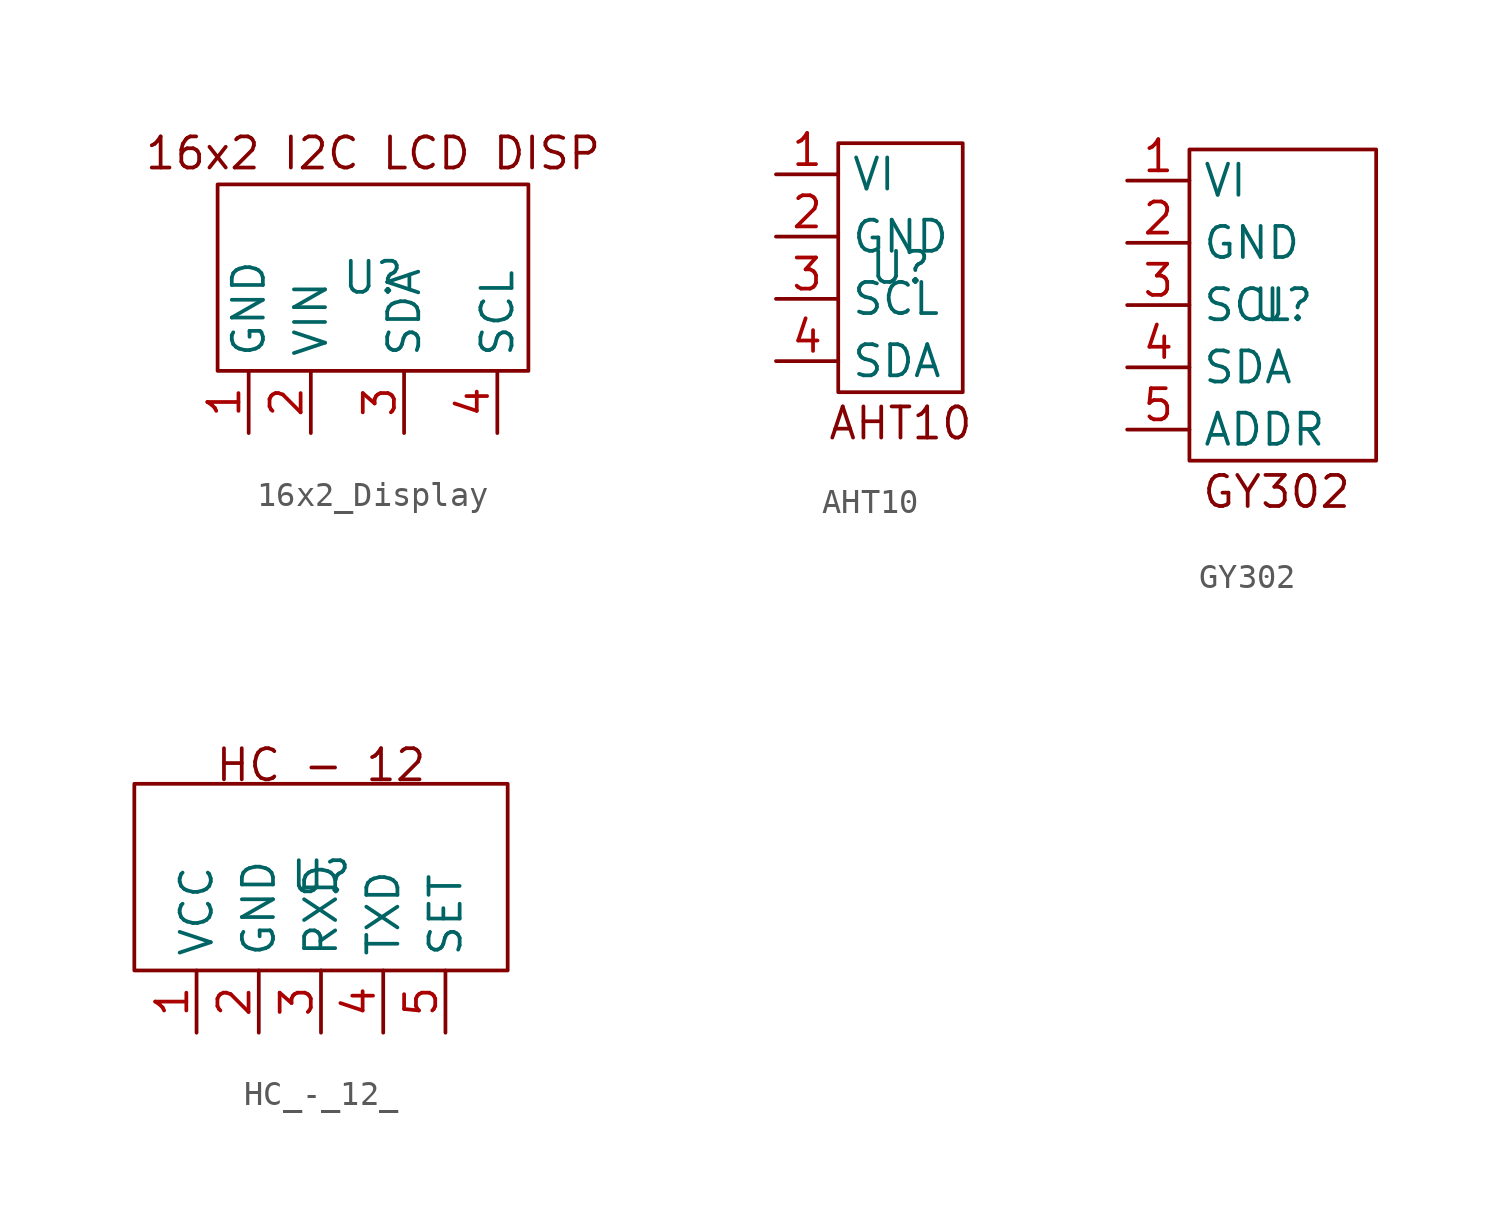
<source format=kicad_sym>
(kicad_symbol_lib
  (version 20241209)
  (generator "kicad_symbol_editor")
  (generator_version "9.0")
  (symbol "16x2_Display"
    (property "Reference" "U"
      (at 0 0 0)
      (effects (font (size 1.27 1.27))))
    (property "Value" ""
      (at 0 0 0)
      (effects (font (size 1.27 1.27))))
    (symbol "16x2_Display_0_1"
      (rectangle (start -6.35 3.81) (end 6.35 -3.81) (stroke (width 0) (type default)) (fill (type none))))
    (symbol "16x2_Display_1_1"
      (text "16x2 I2C LCD DISP\n" (at 0 5.08 0) (effects (font (size 1.27 1.27))))
      (pin power_in line (at -5.08 -6.35 90) (length 2.54) (name "GND" (effects (font (size 1.27 1.27)))) (number "1" (effects (font (size 1.27 1.27)))))
      (pin power_in line (at -2.54 -6.35 90) (length 2.54) (name "VIN" (effects (font (size 1.27 1.27)))) (number "2" (effects (font (size 1.27 1.27)))))
      (pin bidirectional line (at 1.27 -6.35 90) (length 2.54) (name "SDA" (effects (font (size 1.27 1.27)))) (number "3" (effects (font (size 1.27 1.27)))))
      (pin bidirectional line (at 5.08 -6.35 90) (length 2.54) (name "SCL" (effects (font (size 1.27 1.27)))) (number "4" (effects (font (size 1.27 1.27)))))))
  (symbol "AHT10"
    (property "Reference" "U"
      (at 0 0 0)
      (effects (font (size 1.27 1.27))))
    (property "Value" ""
      (at 0 0 0)
      (effects (font (size 1.27 1.27))))
    (symbol "AHT10_0_1"
      (rectangle (start -2.54 5.08) (end 2.54 -5.08) (stroke (width 0) (type default)) (fill (type none))))
    (symbol "AHT10_1_1"
      (text "AHT10" (at 0 -6.35 0) (effects (font (size 1.27 1.27))))
      (pin power_in line (at -5.08 3.81 0) (length 2.54) (name "VI" (effects (font (size 1.27 1.27)))) (number "1" (effects (font (size 1.27 1.27)))))
      (pin power_in line (at -5.08 1.27 0) (length 2.54) (name "GND" (effects (font (size 1.27 1.27)))) (number "2" (effects (font (size 1.27 1.27)))))
      (pin bidirectional line (at -5.08 -1.27 0) (length 2.54) (name "SCL" (effects (font (size 1.27 1.27)))) (number "3" (effects (font (size 1.27 1.27)))))
      (pin bidirectional line (at -5.08 -3.81 0) (length 2.54) (name "SDA" (effects (font (size 1.27 1.27)))) (number "4" (effects (font (size 1.27 1.27)))))))
  (symbol "GY302"
    (property "Reference" "U"
      (at 0 0 0)
      (effects (font (size 1.27 1.27))))
    (property "Value" ""
      (at 0 0 0)
      (effects (font (size 1.27 1.27))))
    (symbol "GY302_0_1"
      (rectangle (start -3.81 6.35) (end 3.81 -6.35) (stroke (width 0) (type default)) (fill (type none))))
    (symbol "GY302_1_1"
      (text "GY302\n" (at -0.254 -7.62 0) (effects (font (size 1.27 1.27))))
      (pin power_in line (at -6.35 5.08 0) (length 2.54) (name "VI" (effects (font (size 1.27 1.27)))) (number "1" (effects (font (size 1.27 1.27)))))
      (pin power_in line (at -6.35 2.54 0) (length 2.54) (name "GND" (effects (font (size 1.27 1.27)))) (number "2" (effects (font (size 1.27 1.27)))))
      (pin bidirectional line (at -6.35 0 0) (length 2.54) (name "SCL" (effects (font (size 1.27 1.27)))) (number "3" (effects (font (size 1.27 1.27)))))
      (pin bidirectional line (at -6.35 -2.54 0) (length 2.54) (name "SDA" (effects (font (size 1.27 1.27)))) (number "4" (effects (font (size 1.27 1.27)))))
      (pin bidirectional line (at -6.35 -5.08 0) (length 2.54) (name "ADDR" (effects (font (size 1.27 1.27)))) (number "5" (effects (font (size 1.27 1.27)))))))
  (symbol "HC_-_12_"
    (property "Reference" "U"
      (at 0 0 0)
      (effects (font (size 1.27 1.27))))
    (property "Value" ""
      (at 0 0 0)
      (effects (font (size 1.27 1.27))))
    (symbol "HC_-_12__0_1"
      (rectangle (start -7.62 3.81) (end 7.62 -3.81) (stroke (width 0) (type default)) (fill (type none))))
    (symbol "HC_-_12__1_1"
      (text "HC - 12" (at 0 4.572 0) (effects (font (size 1.27 1.27))))
      (pin power_in line (at -5.08 -6.35 90) (length 2.54) (name "VCC" (effects (font (size 1.27 1.27)))) (number "1" (effects (font (size 1.27 1.27)))))
      (pin power_in line (at -2.54 -6.35 90) (length 2.54) (name "GND" (effects (font (size 1.27 1.27)))) (number "2" (effects (font (size 1.27 1.27)))))
      (pin input line (at 0 -6.35 90) (length 2.54) (name "RXD" (effects (font (size 1.27 1.27)))) (number "3" (effects (font (size 1.27 1.27)))))
      (pin output line (at 2.54 -6.35 90) (length 2.54) (name "TXD" (effects (font (size 1.27 1.27)))) (number "4" (effects (font (size 1.27 1.27)))))
      (pin bidirectional line (at 5.08 -6.35 90) (length 2.54) (name "SET" (effects (font (size 1.27 1.27)))) (number "5" (effects (font (size 1.27 1.27))))))))
</source>
